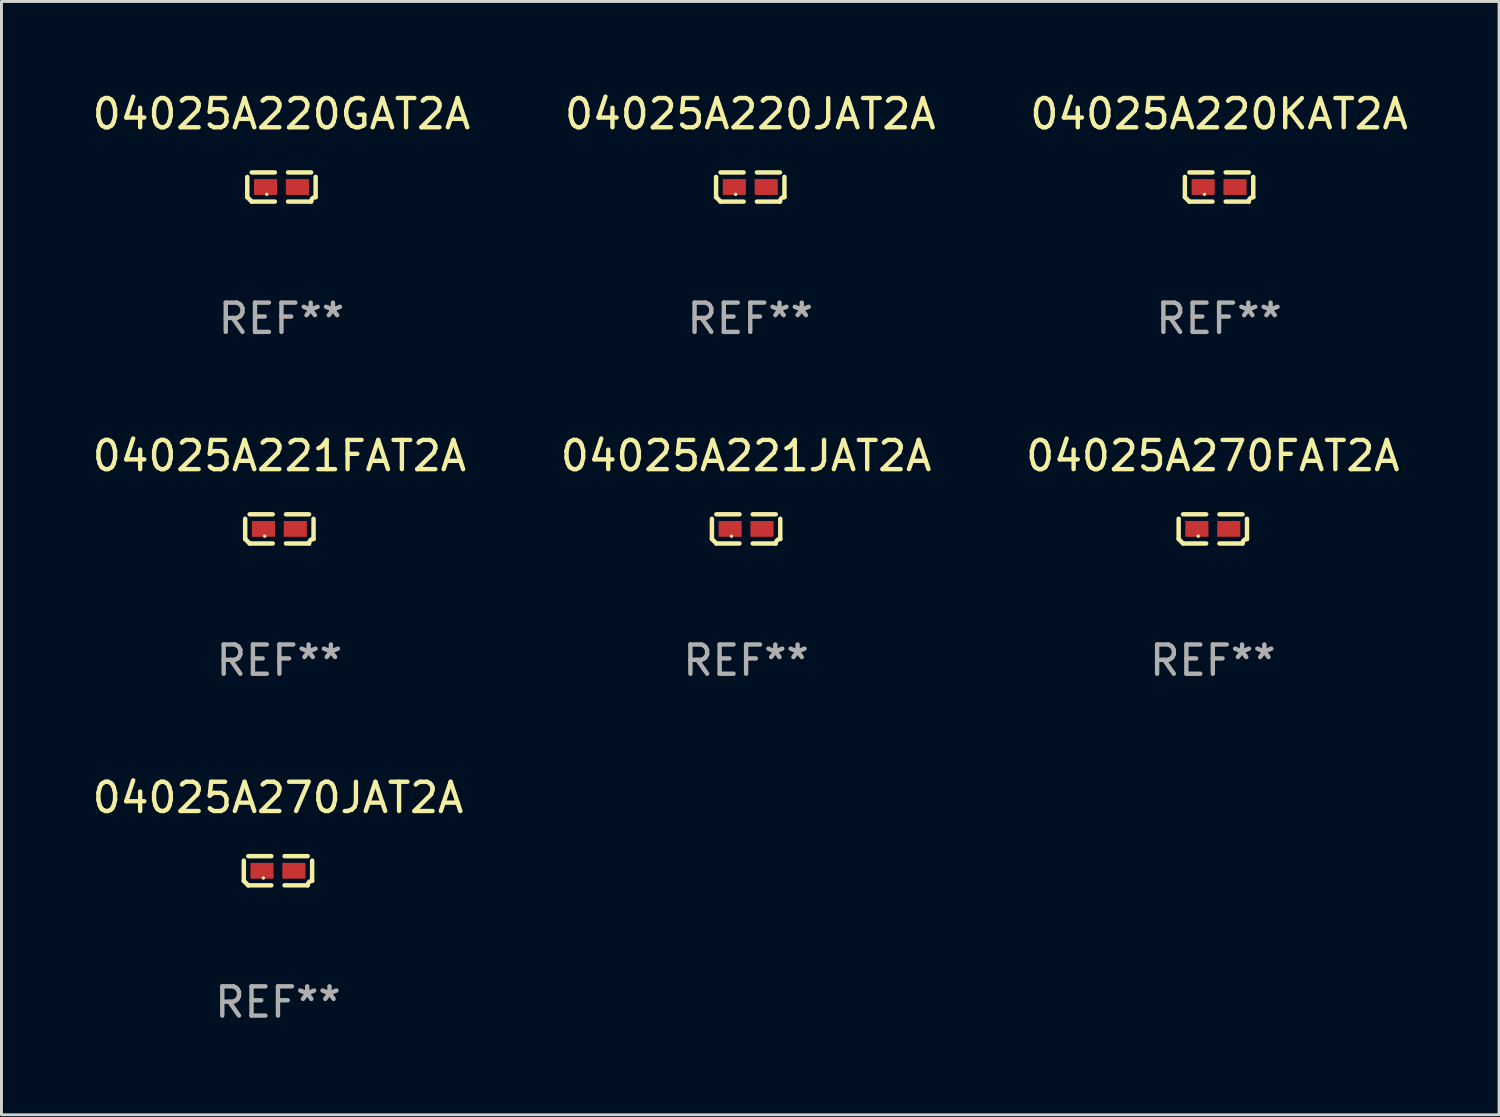
<source format=kicad_pcb>
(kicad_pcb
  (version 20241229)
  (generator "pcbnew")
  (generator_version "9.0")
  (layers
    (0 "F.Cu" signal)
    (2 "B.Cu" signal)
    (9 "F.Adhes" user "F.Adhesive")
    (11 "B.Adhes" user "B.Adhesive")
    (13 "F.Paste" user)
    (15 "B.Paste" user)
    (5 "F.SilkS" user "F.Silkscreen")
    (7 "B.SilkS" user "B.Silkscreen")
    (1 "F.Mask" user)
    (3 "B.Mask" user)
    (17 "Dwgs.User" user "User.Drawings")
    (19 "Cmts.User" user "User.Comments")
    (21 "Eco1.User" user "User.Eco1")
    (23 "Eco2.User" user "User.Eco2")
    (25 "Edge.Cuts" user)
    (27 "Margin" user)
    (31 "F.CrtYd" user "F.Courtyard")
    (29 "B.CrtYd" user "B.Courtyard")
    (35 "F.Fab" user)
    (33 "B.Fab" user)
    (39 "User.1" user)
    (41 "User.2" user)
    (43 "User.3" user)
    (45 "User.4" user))
  (footprint "04025A220JAT2A"
    (layer "F.Cu")
    (at 22.613 3.347)
    (property "Reference" "04025A220JAT2A" (at 0 -2.499 0) (layer "F.SilkS") (effects (font (size 1 1) (thickness 0.15))))
    (attr through_hole)
    (fp_line (start -1.169 0.346) (end -1.169 -0.346) (stroke (width 0.152) (type solid)) (layer "F.SilkS"))
    (fp_line (start -1.016 -0.499) (end -0.226 -0.499) (stroke (width 0.152) (type solid)) (layer "F.SilkS"))
    (fp_line (start -0.226 0.499) (end -1.016 0.499) (stroke (width 0.152) (type solid)) (layer "F.SilkS"))
    (fp_line (start 0.226 0.499) (end 1.016 0.499) (stroke (width 0.152) (type solid)) (layer "F.SilkS"))
    (fp_line (start 1.016 -0.499) (end 0.226 -0.499) (stroke (width 0.152) (type solid)) (layer "F.SilkS"))
    (fp_line (start 1.169 0.346) (end 1.169 -0.346) (stroke (width 0.152) (type solid)) (layer "F.SilkS"))
    (fp_arc (start -1.016307 0.498603) (mid -1.092512 0.422405) (end -1.16871 0.3462) (stroke (width 0.1524) (type solid)) (layer "F.SilkS"))
    (fp_arc (start 1.016307 0.498603) (mid 1.060899 0.390758) (end 1.168707 0.346076) (stroke (width 0.1524) (type solid)) (layer "F.SilkS"))
    (fp_circle (center -0.5 0.25) (end -0.47 0.25) (stroke (width 0.06) (type solid)) (fill no) (layer "F.SilkS"))
    (fp_text user "REF**" (at 0 4.499 0) (layer "F.Fab") (effects (font (size 1 1) (thickness 0.15))))
    (pad "1" smd rect (at -0.545 0) (size 0.79 0.54) (layers "F.Cu" "F.Mask" "F.Paste"))
    (pad "2" smd rect (at 0.545 0) (size 0.79 0.54) (layers "F.Cu" "F.Mask" "F.Paste")))
  (footprint "04025A270FAT2A"
    (layer "F.Cu")
    (at 38.435 15.041)
    (property "Reference" "04025A270FAT2A" (at 0 -2.499 0) (layer "F.SilkS") (effects (font (size 1 1) (thickness 0.15))))
    (attr through_hole)
    (fp_line (start -1.169 0.346) (end -1.169 -0.346) (stroke (width 0.152) (type solid)) (layer "F.SilkS"))
    (fp_line (start -1.016 -0.499) (end -0.226 -0.499) (stroke (width 0.152) (type solid)) (layer "F.SilkS"))
    (fp_line (start -0.226 0.499) (end -1.016 0.499) (stroke (width 0.152) (type solid)) (layer "F.SilkS"))
    (fp_line (start 0.226 0.499) (end 1.016 0.499) (stroke (width 0.152) (type solid)) (layer "F.SilkS"))
    (fp_line (start 1.016 -0.499) (end 0.226 -0.499) (stroke (width 0.152) (type solid)) (layer "F.SilkS"))
    (fp_line (start 1.169 0.346) (end 1.169 -0.346) (stroke (width 0.152) (type solid)) (layer "F.SilkS"))
    (fp_arc (start -1.016307 0.498603) (mid -1.092512 0.422405) (end -1.16871 0.3462) (stroke (width 0.1524) (type solid)) (layer "F.SilkS"))
    (fp_arc (start 1.016307 0.498603) (mid 1.060899 0.390758) (end 1.168707 0.346076) (stroke (width 0.1524) (type solid)) (layer "F.SilkS"))
    (fp_circle (center -0.5 0.25) (end -0.47 0.25) (stroke (width 0.06) (type solid)) (fill no) (layer "F.SilkS"))
    (fp_text user "REF**" (at 0 4.499 0) (layer "F.Fab") (effects (font (size 1 1) (thickness 0.15))))
    (pad "1" smd rect (at -0.545 0) (size 0.79 0.54) (layers "F.Cu" "F.Mask" "F.Paste"))
    (pad "2" smd rect (at 0.545 0) (size 0.79 0.54) (layers "F.Cu" "F.Mask" "F.Paste")))
  (footprint "04025A220GAT2A"
    (layer "F.Cu")
    (at 6.577 3.347)
    (property "Reference" "04025A220GAT2A" (at 0 -2.499 0) (layer "F.SilkS") (effects (font (size 1 1) (thickness 0.15))))
    (attr through_hole)
    (fp_line (start -1.169 0.346) (end -1.169 -0.346) (stroke (width 0.152) (type solid)) (layer "F.SilkS"))
    (fp_line (start -1.016 -0.499) (end -0.226 -0.499) (stroke (width 0.152) (type solid)) (layer "F.SilkS"))
    (fp_line (start -0.226 0.499) (end -1.016 0.499) (stroke (width 0.152) (type solid)) (layer "F.SilkS"))
    (fp_line (start 0.226 0.499) (end 1.016 0.499) (stroke (width 0.152) (type solid)) (layer "F.SilkS"))
    (fp_line (start 1.016 -0.499) (end 0.226 -0.499) (stroke (width 0.152) (type solid)) (layer "F.SilkS"))
    (fp_line (start 1.169 0.346) (end 1.169 -0.346) (stroke (width 0.152) (type solid)) (layer "F.SilkS"))
    (fp_arc (start -1.016307 0.498603) (mid -1.092512 0.422405) (end -1.16871 0.3462) (stroke (width 0.1524) (type solid)) (layer "F.SilkS"))
    (fp_arc (start 1.016307 0.498603) (mid 1.060899 0.390758) (end 1.168707 0.346076) (stroke (width 0.1524) (type solid)) (layer "F.SilkS"))
    (fp_circle (center -0.5 0.25) (end -0.47 0.25) (stroke (width 0.06) (type solid)) (fill no) (layer "F.SilkS"))
    (fp_text user "REF**" (at 0 4.499 0) (layer "F.Fab") (effects (font (size 1 1) (thickness 0.15))))
    (pad "1" smd rect (at -0.545 0) (size 0.79 0.54) (layers "F.Cu" "F.Mask" "F.Paste"))
    (pad "2" smd rect (at 0.545 0) (size 0.79 0.54) (layers "F.Cu" "F.Mask" "F.Paste")))
  (footprint "04025A270JAT2A"
    (layer "F.Cu")
    (at 6.458 26.734)
    (property "Reference" "04025A270JAT2A" (at 0 -2.499 0) (layer "F.SilkS") (effects (font (size 1 1) (thickness 0.15))))
    (attr through_hole)
    (fp_line (start -1.169 0.346) (end -1.169 -0.346) (stroke (width 0.152) (type solid)) (layer "F.SilkS"))
    (fp_line (start -1.016 -0.499) (end -0.226 -0.499) (stroke (width 0.152) (type solid)) (layer "F.SilkS"))
    (fp_line (start -0.226 0.499) (end -1.016 0.499) (stroke (width 0.152) (type solid)) (layer "F.SilkS"))
    (fp_line (start 0.226 0.499) (end 1.016 0.499) (stroke (width 0.152) (type solid)) (layer "F.SilkS"))
    (fp_line (start 1.016 -0.499) (end 0.226 -0.499) (stroke (width 0.152) (type solid)) (layer "F.SilkS"))
    (fp_line (start 1.169 0.346) (end 1.169 -0.346) (stroke (width 0.152) (type solid)) (layer "F.SilkS"))
    (fp_arc (start -1.016307 0.498603) (mid -1.092512 0.422405) (end -1.16871 0.3462) (stroke (width 0.1524) (type solid)) (layer "F.SilkS"))
    (fp_arc (start 1.016307 0.498603) (mid 1.060899 0.390758) (end 1.168707 0.346076) (stroke (width 0.1524) (type solid)) (layer "F.SilkS"))
    (fp_circle (center -0.5 0.25) (end -0.47 0.25) (stroke (width 0.06) (type solid)) (fill no) (layer "F.SilkS"))
    (fp_text user "REF**" (at 0 4.499 0) (layer "F.Fab") (effects (font (size 1 1) (thickness 0.15))))
    (pad "1" smd rect (at -0.545 0) (size 0.79 0.54) (layers "F.Cu" "F.Mask" "F.Paste"))
    (pad "2" smd rect (at 0.545 0) (size 0.79 0.54) (layers "F.Cu" "F.Mask" "F.Paste")))
  (footprint "04025A221JAT2A"
    (layer "F.Cu")
    (at 22.47 15.041)
    (property "Reference" "04025A221JAT2A" (at 0 -2.499 0) (layer "F.SilkS") (effects (font (size 1 1) (thickness 0.15))))
    (attr through_hole)
    (fp_line (start -1.169 0.346) (end -1.169 -0.346) (stroke (width 0.152) (type solid)) (layer "F.SilkS"))
    (fp_line (start -1.016 -0.499) (end -0.226 -0.499) (stroke (width 0.152) (type solid)) (layer "F.SilkS"))
    (fp_line (start -0.226 0.499) (end -1.016 0.499) (stroke (width 0.152) (type solid)) (layer "F.SilkS"))
    (fp_line (start 0.226 0.499) (end 1.016 0.499) (stroke (width 0.152) (type solid)) (layer "F.SilkS"))
    (fp_line (start 1.016 -0.499) (end 0.226 -0.499) (stroke (width 0.152) (type solid)) (layer "F.SilkS"))
    (fp_line (start 1.169 0.346) (end 1.169 -0.346) (stroke (width 0.152) (type solid)) (layer "F.SilkS"))
    (fp_arc (start -1.016307 0.498603) (mid -1.092512 0.422405) (end -1.16871 0.3462) (stroke (width 0.1524) (type solid)) (layer "F.SilkS"))
    (fp_arc (start 1.016307 0.498603) (mid 1.060899 0.390758) (end 1.168707 0.346076) (stroke (width 0.1524) (type solid)) (layer "F.SilkS"))
    (fp_circle (center -0.5 0.25) (end -0.47 0.25) (stroke (width 0.06) (type solid)) (fill no) (layer "F.SilkS"))
    (fp_text user "REF**" (at 0 4.499 0) (layer "F.Fab") (effects (font (size 1 1) (thickness 0.15))))
    (pad "1" smd rect (at -0.545 0) (size 0.79 0.54) (layers "F.Cu" "F.Mask" "F.Paste"))
    (pad "2" smd rect (at 0.545 0) (size 0.79 0.54) (layers "F.Cu" "F.Mask" "F.Paste")))
  (footprint "04025A221FAT2A"
    (layer "F.Cu")
    (at 6.506 15.041)
    (property "Reference" "04025A221FAT2A" (at 0 -2.499 0) (layer "F.SilkS") (effects (font (size 1 1) (thickness 0.15))))
    (attr through_hole)
    (fp_line (start -1.169 0.346) (end -1.169 -0.346) (stroke (width 0.152) (type solid)) (layer "F.SilkS"))
    (fp_line (start -1.016 -0.499) (end -0.226 -0.499) (stroke (width 0.152) (type solid)) (layer "F.SilkS"))
    (fp_line (start -0.226 0.499) (end -1.016 0.499) (stroke (width 0.152) (type solid)) (layer "F.SilkS"))
    (fp_line (start 0.226 0.499) (end 1.016 0.499) (stroke (width 0.152) (type solid)) (layer "F.SilkS"))
    (fp_line (start 1.016 -0.499) (end 0.226 -0.499) (stroke (width 0.152) (type solid)) (layer "F.SilkS"))
    (fp_line (start 1.169 0.346) (end 1.169 -0.346) (stroke (width 0.152) (type solid)) (layer "F.SilkS"))
    (fp_arc (start -1.016307 0.498603) (mid -1.092512 0.422405) (end -1.16871 0.3462) (stroke (width 0.1524) (type solid)) (layer "F.SilkS"))
    (fp_arc (start 1.016307 0.498603) (mid 1.060899 0.390758) (end 1.168707 0.346076) (stroke (width 0.1524) (type solid)) (layer "F.SilkS"))
    (fp_circle (center -0.5 0.25) (end -0.47 0.25) (stroke (width 0.06) (type solid)) (fill no) (layer "F.SilkS"))
    (fp_text user "REF**" (at 0 4.499 0) (layer "F.Fab") (effects (font (size 1 1) (thickness 0.15))))
    (pad "1" smd rect (at -0.545 0) (size 0.79 0.54) (layers "F.Cu" "F.Mask" "F.Paste"))
    (pad "2" smd rect (at 0.545 0) (size 0.79 0.54) (layers "F.Cu" "F.Mask" "F.Paste")))
  (footprint "04025A220KAT2A"
    (layer "F.Cu")
    (at 38.649 3.347)
    (property "Reference" "04025A220KAT2A" (at 0 -2.499 0) (layer "F.SilkS") (effects (font (size 1 1) (thickness 0.15))))
    (attr through_hole)
    (fp_line (start -1.169 0.346) (end -1.169 -0.346) (stroke (width 0.152) (type solid)) (layer "F.SilkS"))
    (fp_line (start -1.016 -0.499) (end -0.226 -0.499) (stroke (width 0.152) (type solid)) (layer "F.SilkS"))
    (fp_line (start -0.226 0.499) (end -1.016 0.499) (stroke (width 0.152) (type solid)) (layer "F.SilkS"))
    (fp_line (start 0.226 0.499) (end 1.016 0.499) (stroke (width 0.152) (type solid)) (layer "F.SilkS"))
    (fp_line (start 1.016 -0.499) (end 0.226 -0.499) (stroke (width 0.152) (type solid)) (layer "F.SilkS"))
    (fp_line (start 1.169 0.346) (end 1.169 -0.346) (stroke (width 0.152) (type solid)) (layer "F.SilkS"))
    (fp_arc (start -1.016307 0.498603) (mid -1.092512 0.422405) (end -1.16871 0.3462) (stroke (width 0.1524) (type solid)) (layer "F.SilkS"))
    (fp_arc (start 1.016307 0.498603) (mid 1.060899 0.390758) (end 1.168707 0.346076) (stroke (width 0.1524) (type solid)) (layer "F.SilkS"))
    (fp_circle (center -0.5 0.25) (end -0.47 0.25) (stroke (width 0.06) (type solid)) (fill no) (layer "F.SilkS"))
    (fp_text user "REF**" (at 0 4.499 0) (layer "F.Fab") (effects (font (size 1 1) (thickness 0.15))))
    (pad "1" smd rect (at -0.545 0) (size 0.79 0.54) (layers "F.Cu" "F.Mask" "F.Paste"))
    (pad "2" smd rect (at 0.545 0) (size 0.79 0.54) (layers "F.Cu" "F.Mask" "F.Paste")))
  (gr_rect
    (start -3 -3)
    (end 48.226 35.081)
    (stroke (width 0.1) (type default))
    (fill no)
    (layer "Edge.Cuts")))
</source>
